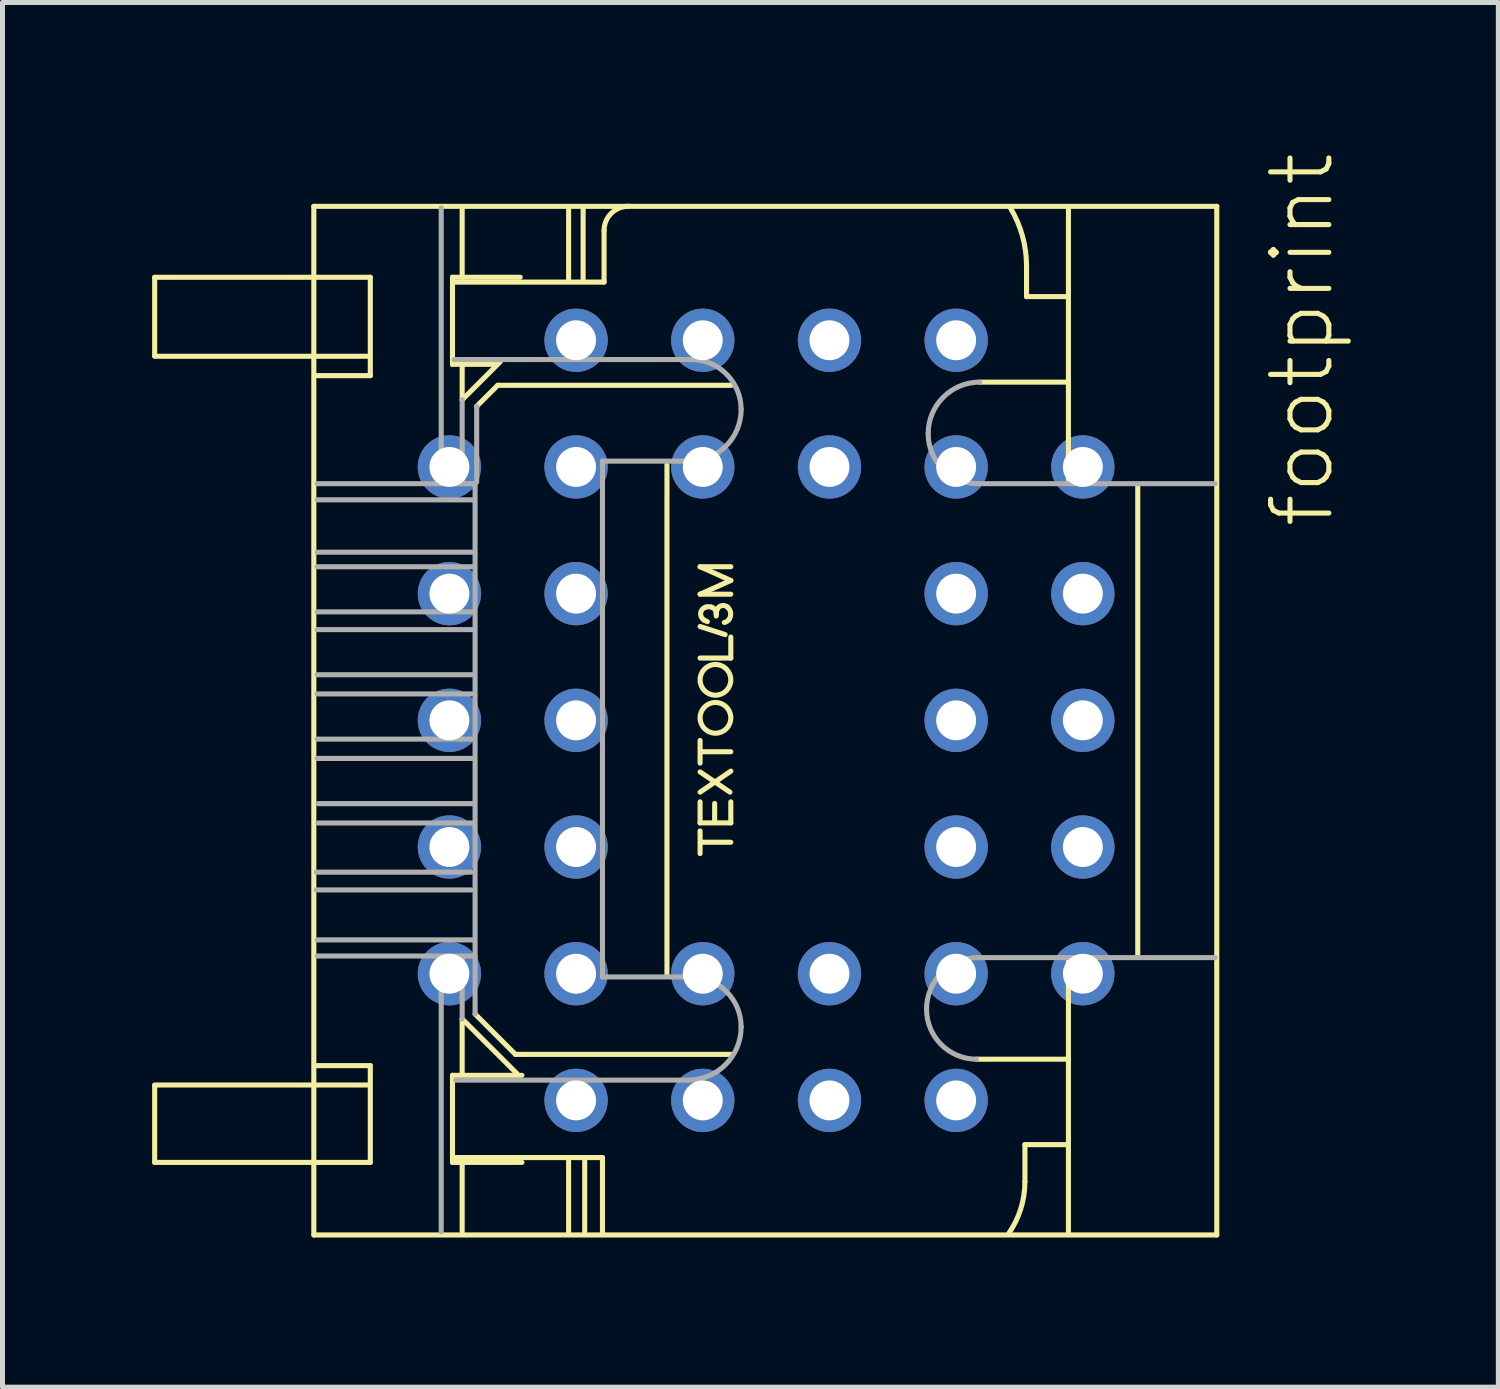
<source format=kicad_pcb>
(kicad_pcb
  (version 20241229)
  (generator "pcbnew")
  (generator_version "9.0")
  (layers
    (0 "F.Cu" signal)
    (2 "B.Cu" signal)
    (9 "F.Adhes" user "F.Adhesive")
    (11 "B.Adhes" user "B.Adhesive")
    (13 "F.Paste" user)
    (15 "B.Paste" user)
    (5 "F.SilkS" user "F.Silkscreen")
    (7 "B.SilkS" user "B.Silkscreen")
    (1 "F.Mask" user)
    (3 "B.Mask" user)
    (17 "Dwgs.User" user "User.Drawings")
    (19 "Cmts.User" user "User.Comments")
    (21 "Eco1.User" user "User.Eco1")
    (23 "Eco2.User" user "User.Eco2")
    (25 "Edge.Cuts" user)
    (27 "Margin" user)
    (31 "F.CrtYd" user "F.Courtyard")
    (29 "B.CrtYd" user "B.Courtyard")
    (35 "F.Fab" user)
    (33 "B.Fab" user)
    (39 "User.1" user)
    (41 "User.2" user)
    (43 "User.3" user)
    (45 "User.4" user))
  (footprint "footprint"
    (layer "F.Cu")
    (at 12.31 11.392)
    (property "Reference" "footprint" (at 11.43 -3.81 90) (layer "F.SilkS") (effects (font (size 1.168 1.168) (thickness 0.102)) (justify left bottom)))
    (fp_line (start -12.259 -8.883) (end -9.119 -8.883) (stroke (width 0.102) (type solid)) (layer "F.SilkS"))
    (fp_line (start -12.259 -7.299) (end -9.102 -7.299) (stroke (width 0.102) (type solid)) (layer "F.SilkS"))
    (fp_line (start -12.259 7.311) (end -9.102 7.311) (stroke (width 0.102) (type solid)) (layer "F.SilkS"))
    (fp_line (start -12.259 -7.308) (end -12.259 -8.879) (stroke (width 0.102) (type solid)) (layer "F.SilkS"))
    (fp_line (start -12.259 8.86) (end -12.259 7.321) (stroke (width 0.102) (type solid)) (layer "F.SilkS"))
    (fp_line (start -9.103 8.863) (end -12.259 8.863) (stroke (width 0.102) (type solid)) (layer "F.SilkS"))
    (fp_line (start -9.068 -10.305) (end -9.068 10.318) (stroke (width 0.102) (type solid)) (layer "F.SilkS"))
    (fp_line (start -9.068 10.318) (end 9.035 10.318) (stroke (width 0.102) (type solid)) (layer "F.SilkS"))
    (fp_line (start -9.035 -8.883) (end -7.936 -8.883) (stroke (width 0.102) (type solid)) (layer "F.SilkS"))
    (fp_line (start -9.035 -7.299) (end -8.001 -7.299) (stroke (width 0.102) (type solid)) (layer "F.SilkS"))
    (fp_line (start -9.035 6.923) (end -7.936 6.923) (stroke (width 0.102) (type solid)) (layer "F.SilkS"))
    (fp_line (start -9.035 7.311) (end -8.001 7.311) (stroke (width 0.102) (type solid)) (layer "F.SilkS"))
    (fp_line (start -7.936 -8.883) (end -7.936 -6.911) (stroke (width 0.102) (type solid)) (layer "F.SilkS"))
    (fp_line (start -7.936 -6.911) (end -9.003 -6.911) (stroke (width 0.102) (type solid)) (layer "F.SilkS"))
    (fp_line (start -7.936 6.923) (end -7.936 8.863) (stroke (width 0.102) (type solid)) (layer "F.SilkS"))
    (fp_line (start -7.936 8.863) (end -9.035 8.863) (stroke (width 0.102) (type solid)) (layer "F.SilkS"))
    (fp_line (start -6.288 -8.883) (end -6.288 -7.137) (stroke (width 0.102) (type solid)) (layer "F.SilkS"))
    (fp_line (start -6.288 -7.137) (end -5.448 -7.137) (stroke (width 0.102) (type solid)) (layer "F.SilkS"))
    (fp_line (start -6.288 7.117) (end -4.897 7.117) (stroke (width 0.102) (type solid)) (layer "F.SilkS"))
    (fp_line (start -6.288 8.863) (end -6.288 7.117) (stroke (width 0.102) (type solid)) (layer "F.SilkS"))
    (fp_line (start -6.223 -8.786) (end -3.249 -8.786) (stroke (width 0.102) (type solid)) (layer "F.SilkS"))
    (fp_line (start -6.094 -10.273) (end -6.094 -8.883) (stroke (width 0.102) (type solid)) (layer "F.SilkS"))
    (fp_line (start -6.094 -6.426) (end -6.094 -7.105) (stroke (width 0.102) (type solid)) (layer "F.SilkS"))
    (fp_line (start -6.094 -6.426) (end -5.334 -7.186) (stroke (width 0.102) (type solid)) (layer "F.SilkS"))
    (fp_line (start -6.094 7.085) (end -6.094 5.986) (stroke (width 0.102) (type solid)) (layer "F.SilkS"))
    (fp_line (start -6.094 8.766) (end -6.255 8.766) (stroke (width 0.102) (type solid)) (layer "F.SilkS"))
    (fp_line (start -6.094 8.766) (end -3.281 8.766) (stroke (width 0.102) (type solid)) (layer "F.SilkS"))
    (fp_line (start -6.094 10.253) (end -6.094 8.766) (stroke (width 0.102) (type solid)) (layer "F.SilkS"))
    (fp_line (start -5.835 5.889) (end -5.027 6.697) (stroke (width 0.102) (type solid)) (layer "F.SilkS"))
    (fp_line (start -5.382 -6.717) (end -5.803 -6.296) (stroke (width 0.102) (type solid)) (layer "F.SilkS"))
    (fp_line (start -5.027 6.697) (end -0.695 6.697) (stroke (width 0.102) (type solid)) (layer "F.SilkS"))
    (fp_line (start -4.994 7.085) (end -6.094 5.986) (stroke (width 0.102) (type solid)) (layer "F.SilkS"))
    (fp_line (start -4.93 -8.883) (end -6.288 -8.883) (stroke (width 0.102) (type solid)) (layer "F.SilkS"))
    (fp_line (start -4.895 8.863) (end -6.288 8.863) (stroke (width 0.102) (type solid)) (layer "F.SilkS"))
    (fp_line (start -3.96 -8.85) (end -3.96 -10.24) (stroke (width 0.102) (type solid)) (layer "F.SilkS"))
    (fp_line (start -3.96 10.285) (end -3.96 8.831) (stroke (width 0.102) (type solid)) (layer "F.SilkS"))
    (fp_line (start -3.669 -10.24) (end -3.669 -8.85) (stroke (width 0.102) (type solid)) (layer "F.SilkS"))
    (fp_line (start -3.637 8.831) (end -3.637 10.253) (stroke (width 0.102) (type solid)) (layer "F.SilkS"))
    (fp_line (start -3.281 8.766) (end -3.281 10.285) (stroke (width 0.102) (type solid)) (layer "F.SilkS"))
    (fp_line (start -3.249 -8.786) (end -3.249 -9.82) (stroke (width 0.102) (type solid)) (layer "F.SilkS"))
    (fp_line (start -2.764 -10.305) (end -9.068 -10.305) (stroke (width 0.102) (type solid)) (layer "F.SilkS"))
    (fp_line (start -1.988 -5.133) (end -1.988 5.113) (stroke (width 0.102) (type solid)) (layer "F.SilkS"))
    (fp_line (start -1.324 -3.08) (end -0.708 -3.08) (stroke (width 0.102) (type solid)) (layer "F.SilkS"))
    (fp_line (start -1.324 -2.529) (end -0.708 -2.804) (stroke (width 0.102) (type solid)) (layer "F.SilkS"))
    (fp_line (start -1.324 -1.881) (end -0.822 -1.719) (stroke (width 0.102) (type solid)) (layer "F.SilkS"))
    (fp_line (start -1.324 -1.249) (end -0.708 -1.249) (stroke (width 0.102) (type solid)) (layer "F.SilkS"))
    (fp_line (start -1.324 0.403) (end -1.324 0.857) (stroke (width 0.102) (type solid)) (layer "F.SilkS"))
    (fp_line (start -1.324 1.035) (end -0.725 1.44) (stroke (width 0.102) (type solid)) (layer "F.SilkS"))
    (fp_line (start -1.324 1.44) (end -0.708 1.019) (stroke (width 0.102) (type solid)) (layer "F.SilkS"))
    (fp_line (start -1.324 1.634) (end -1.324 2.056) (stroke (width 0.102) (type solid)) (layer "F.SilkS"))
    (fp_line (start -1.324 2.056) (end -0.708 2.056) (stroke (width 0.102) (type solid)) (layer "F.SilkS"))
    (fp_line (start -1.324 2.671) (end -1.324 2.218) (stroke (width 0.102) (type solid)) (layer "F.SilkS"))
    (fp_line (start -1.292 0.63) (end -0.708 0.63) (stroke (width 0.102) (type solid)) (layer "F.SilkS"))
    (fp_line (start -1.292 2.444) (end -0.708 2.444) (stroke (width 0.102) (type solid)) (layer "F.SilkS"))
    (fp_line (start -1.032 1.667) (end -1.032 2.007) (stroke (width 0.102) (type solid)) (layer "F.SilkS"))
    (fp_line (start -1 -2.092) (end -1 -2.14) (stroke (width 0.102) (type solid)) (layer "F.SilkS"))
    (fp_line (start -0.708 -2.804) (end -1.324 -3.08) (stroke (width 0.102) (type solid)) (layer "F.SilkS"))
    (fp_line (start -0.708 -2.529) (end -1.324 -2.529) (stroke (width 0.102) (type solid)) (layer "F.SilkS"))
    (fp_line (start -0.708 -1.249) (end -0.708 -1.67) (stroke (width 0.102) (type solid)) (layer "F.SilkS"))
    (fp_line (start -0.708 2.056) (end -0.708 1.634) (stroke (width 0.102) (type solid)) (layer "F.SilkS"))
    (fp_line (start -0.695 -6.717) (end -5.382 -6.717) (stroke (width 0.102) (type solid)) (layer "F.SilkS"))
    (fp_line (start 4.219 6.794) (end 6.029 6.794) (stroke (width 0.102) (type solid)) (layer "F.SilkS"))
    (fp_line (start 4.283 -6.781) (end 5.997 -6.781) (stroke (width 0.102) (type solid)) (layer "F.SilkS"))
    (fp_line (start 5.189 8.507) (end 5.189 9.251) (stroke (width 0.102) (type solid)) (layer "F.SilkS"))
    (fp_line (start 5.221 -8.495) (end 5.221 -9.109) (stroke (width 0.102) (type solid)) (layer "F.SilkS"))
    (fp_line (start 5.997 -8.495) (end 5.221 -8.495) (stroke (width 0.102) (type solid)) (layer "F.SilkS"))
    (fp_line (start 6.029 8.507) (end 5.189 8.507) (stroke (width 0.102) (type solid)) (layer "F.SilkS"))
    (fp_line (start 6.061 -4.809) (end 6.061 -10.24) (stroke (width 0.102) (type solid)) (layer "F.SilkS"))
    (fp_line (start 6.061 4.822) (end 6.061 10.285) (stroke (width 0.102) (type solid)) (layer "F.SilkS"))
    (fp_line (start 7.451 4.693) (end 7.451 -4.712) (stroke (width 0.102) (type solid)) (layer "F.SilkS"))
    (fp_line (start 9.035 -10.305) (end -2.764 -10.305) (stroke (width 0.102) (type solid)) (layer "F.SilkS"))
    (fp_line (start 9.035 10.318) (end 9.035 -10.305) (stroke (width 0.102) (type solid)) (layer "F.SilkS"))
    (fp_arc (start -3.2488 -9.8201) (mid -3.106776 -10.162976) (end -2.7639 -10.305) (stroke (width 0.1016) (type solid)) (layer "F.SilkS"))
    (fp_arc (start -1.243 -2.0106) (mid -1.311981 -2.150848) (end -1.2106 -2.2698) (stroke (width 0.1016) (type solid)) (layer "F.SilkS"))
    (fp_arc (start -1.210601 -2.2698) (mid -1.1539 -2.2779) (end -1.0972 -2.2698) (stroke (width 0.1016) (type solid)) (layer "F.SilkS"))
    (fp_arc (start -1.1782 -1.9782) (mid -1.211156 -1.993289) (end -1.243 -2.0106) (stroke (width 0.1016) (type solid)) (layer "F.SilkS"))
    (fp_arc (start -1.097201 -2.269799) (mid -1.027001 -2.2212) (end -1 -2.1402) (stroke (width 0.1016) (type solid)) (layer "F.SilkS"))
    (fp_arc (start -1 -2.1402) (mid -0.99591 -2.181502) (end -0.9838 -2.2212) (stroke (width 0.1016) (type solid)) (layer "F.SilkS"))
    (fp_arc (start -0.9838 -2.2212) (mid -0.890986 -2.299612) (end -0.773198 -2.2698) (stroke (width 0.1016) (type solid)) (layer "F.SilkS"))
    (fp_arc (start -0.7732 -2.2698) (mid -0.711556 -2.154359) (end -0.7408 -2.0268) (stroke (width 0.1016) (type solid)) (layer "F.SilkS"))
    (fp_arc (start -0.7408 -2.0268) (mid -0.782845 -1.984568) (end -0.838 -1.962) (stroke (width 0.1016) (type solid)) (layer "F.SilkS"))
    (fp_arc (start 4.8976 -10.2727) (mid 5.138571 -9.712835) (end 5.2209 -9.1089) (stroke (width 0.1016) (type solid)) (layer "F.SilkS"))
    (fp_arc (start 5.1885 9.2509) (mid 5.105818 9.792758) (end 4.8653 10.2853) (stroke (width 0.1016) (type solid)) (layer "F.SilkS"))
    (fp_circle (center -1.016 -0.812) (end -0.708 -0.812) (stroke (width 0.102) (type solid)) (fill no) (layer "F.SilkS"))
    (fp_circle (center -1.016 -0.05) (end -0.708 -0.05) (stroke (width 0.102) (type solid)) (fill no) (layer "F.SilkS"))
    (fp_line (start -9.019 3.044) (end -5.916 3.044) (stroke (width 0.102) (type solid)) (layer "F.Fab"))
    (fp_line (start -9.019 3.4) (end -5.916 3.4) (stroke (width 0.102) (type solid)) (layer "F.Fab"))
    (fp_line (start -9.003 -4.745) (end -5.835 -4.745) (stroke (width 0.102) (type solid)) (layer "F.Fab"))
    (fp_line (start -9.003 -4.421) (end -5.9 -4.421) (stroke (width 0.102) (type solid)) (layer "F.Fab"))
    (fp_line (start -9.003 -3.371) (end -5.9 -3.371) (stroke (width 0.102) (type solid)) (layer "F.Fab"))
    (fp_line (start -9.003 -3.08) (end -5.9 -3.08) (stroke (width 0.102) (type solid)) (layer "F.Fab"))
    (fp_line (start -9.003 -2.175) (end -5.9 -2.175) (stroke (width 0.102) (type solid)) (layer "F.Fab"))
    (fp_line (start -9.003 -1.819) (end -5.9 -1.819) (stroke (width 0.102) (type solid)) (layer "F.Fab"))
    (fp_line (start -9.003 -0.914) (end -5.9 -0.914) (stroke (width 0.102) (type solid)) (layer "F.Fab"))
    (fp_line (start -9.003 -0.529) (end -5.9 -0.529) (stroke (width 0.102) (type solid)) (layer "F.Fab"))
    (fp_line (start -9.003 0.377) (end -5.9 0.377) (stroke (width 0.102) (type solid)) (layer "F.Fab"))
    (fp_line (start -9.003 0.764) (end -5.9 0.764) (stroke (width 0.102) (type solid)) (layer "F.Fab"))
    (fp_line (start -9.003 4.402) (end -5.9 4.402) (stroke (width 0.102) (type solid)) (layer "F.Fab"))
    (fp_line (start -8.987 1.67) (end -5.883 1.67) (stroke (width 0.102) (type solid)) (layer "F.Fab"))
    (fp_line (start -8.987 2.058) (end -5.851 2.058) (stroke (width 0.102) (type solid)) (layer "F.Fab"))
    (fp_line (start -6.514 -4.809) (end -6.514 -10.273) (stroke (width 0.102) (type solid)) (layer "F.Fab"))
    (fp_line (start -6.514 4.757) (end -6.514 10.253) (stroke (width 0.102) (type solid)) (layer "F.Fab"))
    (fp_line (start -6.223 7.214) (end -1.568 7.214) (stroke (width 0.102) (type solid)) (layer "F.Fab"))
    (fp_line (start -6.094 -4.809) (end -6.094 -6.426) (stroke (width 0.102) (type solid)) (layer "F.Fab"))
    (fp_line (start -6.094 5.986) (end -6.094 4.757) (stroke (width 0.102) (type solid)) (layer "F.Fab"))
    (fp_line (start -5.835 -4.745) (end -5.835 4.725) (stroke (width 0.102) (type solid)) (layer "F.Fab"))
    (fp_line (start -5.835 4.725) (end -9.003 4.725) (stroke (width 0.102) (type solid)) (layer "F.Fab"))
    (fp_line (start -5.835 4.757) (end -5.835 5.889) (stroke (width 0.102) (type solid)) (layer "F.Fab"))
    (fp_line (start -5.803 -6.296) (end -5.803 -4.777) (stroke (width 0.102) (type solid)) (layer "F.Fab"))
    (fp_line (start -3.281 -5.197) (end -1.536 -5.197) (stroke (width 0.102) (type solid)) (layer "F.Fab"))
    (fp_line (start -3.281 5.145) (end -3.281 -5.197) (stroke (width 0.102) (type solid)) (layer "F.Fab"))
    (fp_line (start -1.503 -7.234) (end -6.255 -7.234) (stroke (width 0.102) (type solid)) (layer "F.Fab"))
    (fp_line (start -1.503 5.145) (end -3.281 5.145) (stroke (width 0.102) (type solid)) (layer "F.Fab"))
    (fp_line (start 9.003 -4.745) (end 4.251 -4.745) (stroke (width 0.102) (type solid)) (layer "F.Fab"))
    (fp_line (start 9.003 4.757) (end 4.251 4.757) (stroke (width 0.102) (type solid)) (layer "F.Fab"))
    (fp_arc (start -1.5031 5.1454) (mid -0.794508 5.438908) (end -0.501 6.1475) (stroke (width 0.1016) (type solid)) (layer "F.Fab"))
    (fp_arc (start -1.503099 -7.233899) (mid -0.794537 -6.940362) (end -0.501 -6.2318) (stroke (width 0.1016) (type solid)) (layer "F.Fab"))
    (fp_arc (start -0.501 -6.2318) (mid -0.803969 -5.500269) (end -1.5355 -5.1973) (stroke (width 0.1016) (type solid)) (layer "F.Fab"))
    (fp_arc (start -0.501 6.1475) (mid -0.813458 6.901842) (end -1.5678 7.2143) (stroke (width 0.1016) (type solid)) (layer "F.Fab"))
    (fp_arc (start 3.2166 5.7919) (mid 3.519598 5.060398) (end 4.2511 4.7574) (stroke (width 0.1016) (type solid)) (layer "F.Fab"))
    (fp_arc (start 3.2489 -5.7469) (mid 3.551869 -6.478331) (end 4.2833 -6.7813) (stroke (width 0.1016) (type solid)) (layer "F.Fab"))
    (fp_arc (start 4.218701 6.793999) (mid 3.510168 6.500433) (end 3.2166 5.7919) (stroke (width 0.1016) (type solid)) (layer "F.Fab"))
    (fp_arc (start 4.2511 -4.7447) (mid 3.542438 -5.038238) (end 3.2489 -5.7469) (stroke (width 0.1016) (type solid)) (layer "F.Fab"))
    (pad "1" thru_hole circle (at 1.27 -5.08) (size 1.27 1.27) (drill 0.8) (layers "*.Cu" "*.Mask"))
    (pad "2" thru_hole circle (at -1.27 -7.62) (size 1.27 1.27) (drill 0.8) (layers "*.Cu" "*.Mask"))
    (pad "3" thru_hole circle (at -1.27 -5.08) (size 1.27 1.27) (drill 0.8) (layers "*.Cu" "*.Mask"))
    (pad "4" thru_hole circle (at -3.81 -7.62) (size 1.27 1.27) (drill 0.8) (layers "*.Cu" "*.Mask"))
    (pad "5" thru_hole circle (at -6.35 -5.08) (size 1.27 1.27) (drill 0.8) (layers "*.Cu" "*.Mask"))
    (pad "6" thru_hole circle (at -3.81 -5.08) (size 1.27 1.27) (drill 0.8) (layers "*.Cu" "*.Mask"))
    (pad "7" thru_hole circle (at -6.35 -2.54) (size 1.27 1.27) (drill 0.8) (layers "*.Cu" "*.Mask"))
    (pad "8" thru_hole circle (at -3.81 -2.54) (size 1.27 1.27) (drill 0.8) (layers "*.Cu" "*.Mask"))
    (pad "9" thru_hole circle (at -6.35 0) (size 1.27 1.27) (drill 0.8) (layers "*.Cu" "*.Mask"))
    (pad "10" thru_hole circle (at -3.81 0) (size 1.27 1.27) (drill 0.8) (layers "*.Cu" "*.Mask"))
    (pad "11" thru_hole circle (at -6.35 2.54) (size 1.27 1.27) (drill 0.8) (layers "*.Cu" "*.Mask"))
    (pad "12" thru_hole circle (at -3.81 2.54) (size 1.27 1.27) (drill 0.8) (layers "*.Cu" "*.Mask"))
    (pad "13" thru_hole circle (at -6.35 5.08) (size 1.27 1.27) (drill 0.8) (layers "*.Cu" "*.Mask"))
    (pad "14" thru_hole circle (at -3.81 7.62) (size 1.27 1.27) (drill 0.8) (layers "*.Cu" "*.Mask"))
    (pad "15" thru_hole circle (at -3.81 5.08) (size 1.27 1.27) (drill 0.8) (layers "*.Cu" "*.Mask"))
    (pad "16" thru_hole circle (at -1.27 7.62) (size 1.27 1.27) (drill 0.8) (layers "*.Cu" "*.Mask"))
    (pad "17" thru_hole circle (at -1.27 5.08) (size 1.27 1.27) (drill 0.8) (layers "*.Cu" "*.Mask"))
    (pad "18" thru_hole circle (at 1.27 7.62) (size 1.27 1.27) (drill 0.8) (layers "*.Cu" "*.Mask"))
    (pad "19" thru_hole circle (at 1.27 5.08) (size 1.27 1.27) (drill 0.8) (layers "*.Cu" "*.Mask"))
    (pad "20" thru_hole circle (at 3.81 7.62) (size 1.27 1.27) (drill 0.8) (layers "*.Cu" "*.Mask"))
    (pad "21" thru_hole circle (at 6.35 5.08) (size 1.27 1.27) (drill 0.8) (layers "*.Cu" "*.Mask"))
    (pad "22" thru_hole circle (at 3.81 5.08) (size 1.27 1.27) (drill 0.8) (layers "*.Cu" "*.Mask"))
    (pad "23" thru_hole circle (at 6.35 2.54) (size 1.27 1.27) (drill 0.8) (layers "*.Cu" "*.Mask"))
    (pad "24" thru_hole circle (at 3.81 2.54) (size 1.27 1.27) (drill 0.8) (layers "*.Cu" "*.Mask"))
    (pad "25" thru_hole circle (at 6.35 0) (size 1.27 1.27) (drill 0.8) (layers "*.Cu" "*.Mask"))
    (pad "26" thru_hole circle (at 3.81 0) (size 1.27 1.27) (drill 0.8) (layers "*.Cu" "*.Mask"))
    (pad "27" thru_hole circle (at 6.35 -2.54) (size 1.27 1.27) (drill 0.8) (layers "*.Cu" "*.Mask"))
    (pad "28" thru_hole circle (at 3.81 -2.54) (size 1.27 1.27) (drill 0.8) (layers "*.Cu" "*.Mask"))
    (pad "29" thru_hole circle (at 6.35 -5.08) (size 1.27 1.27) (drill 0.8) (layers "*.Cu" "*.Mask"))
    (pad "30" thru_hole circle (at 3.81 -7.62) (size 1.27 1.27) (drill 0.8) (layers "*.Cu" "*.Mask"))
    (pad "31" thru_hole circle (at 3.81 -5.08) (size 1.27 1.27) (drill 0.8) (layers "*.Cu" "*.Mask"))
    (pad "32" thru_hole circle (at 1.27 -7.62) (size 1.27 1.27) (drill 0.8) (layers "*.Cu" "*.Mask")))
  (gr_rect
    (start -3 -3)
    (end 26.99 24.761)
    (stroke (width 0.1) (type default))
    (fill no)
    (layer "Edge.Cuts")))
</source>
